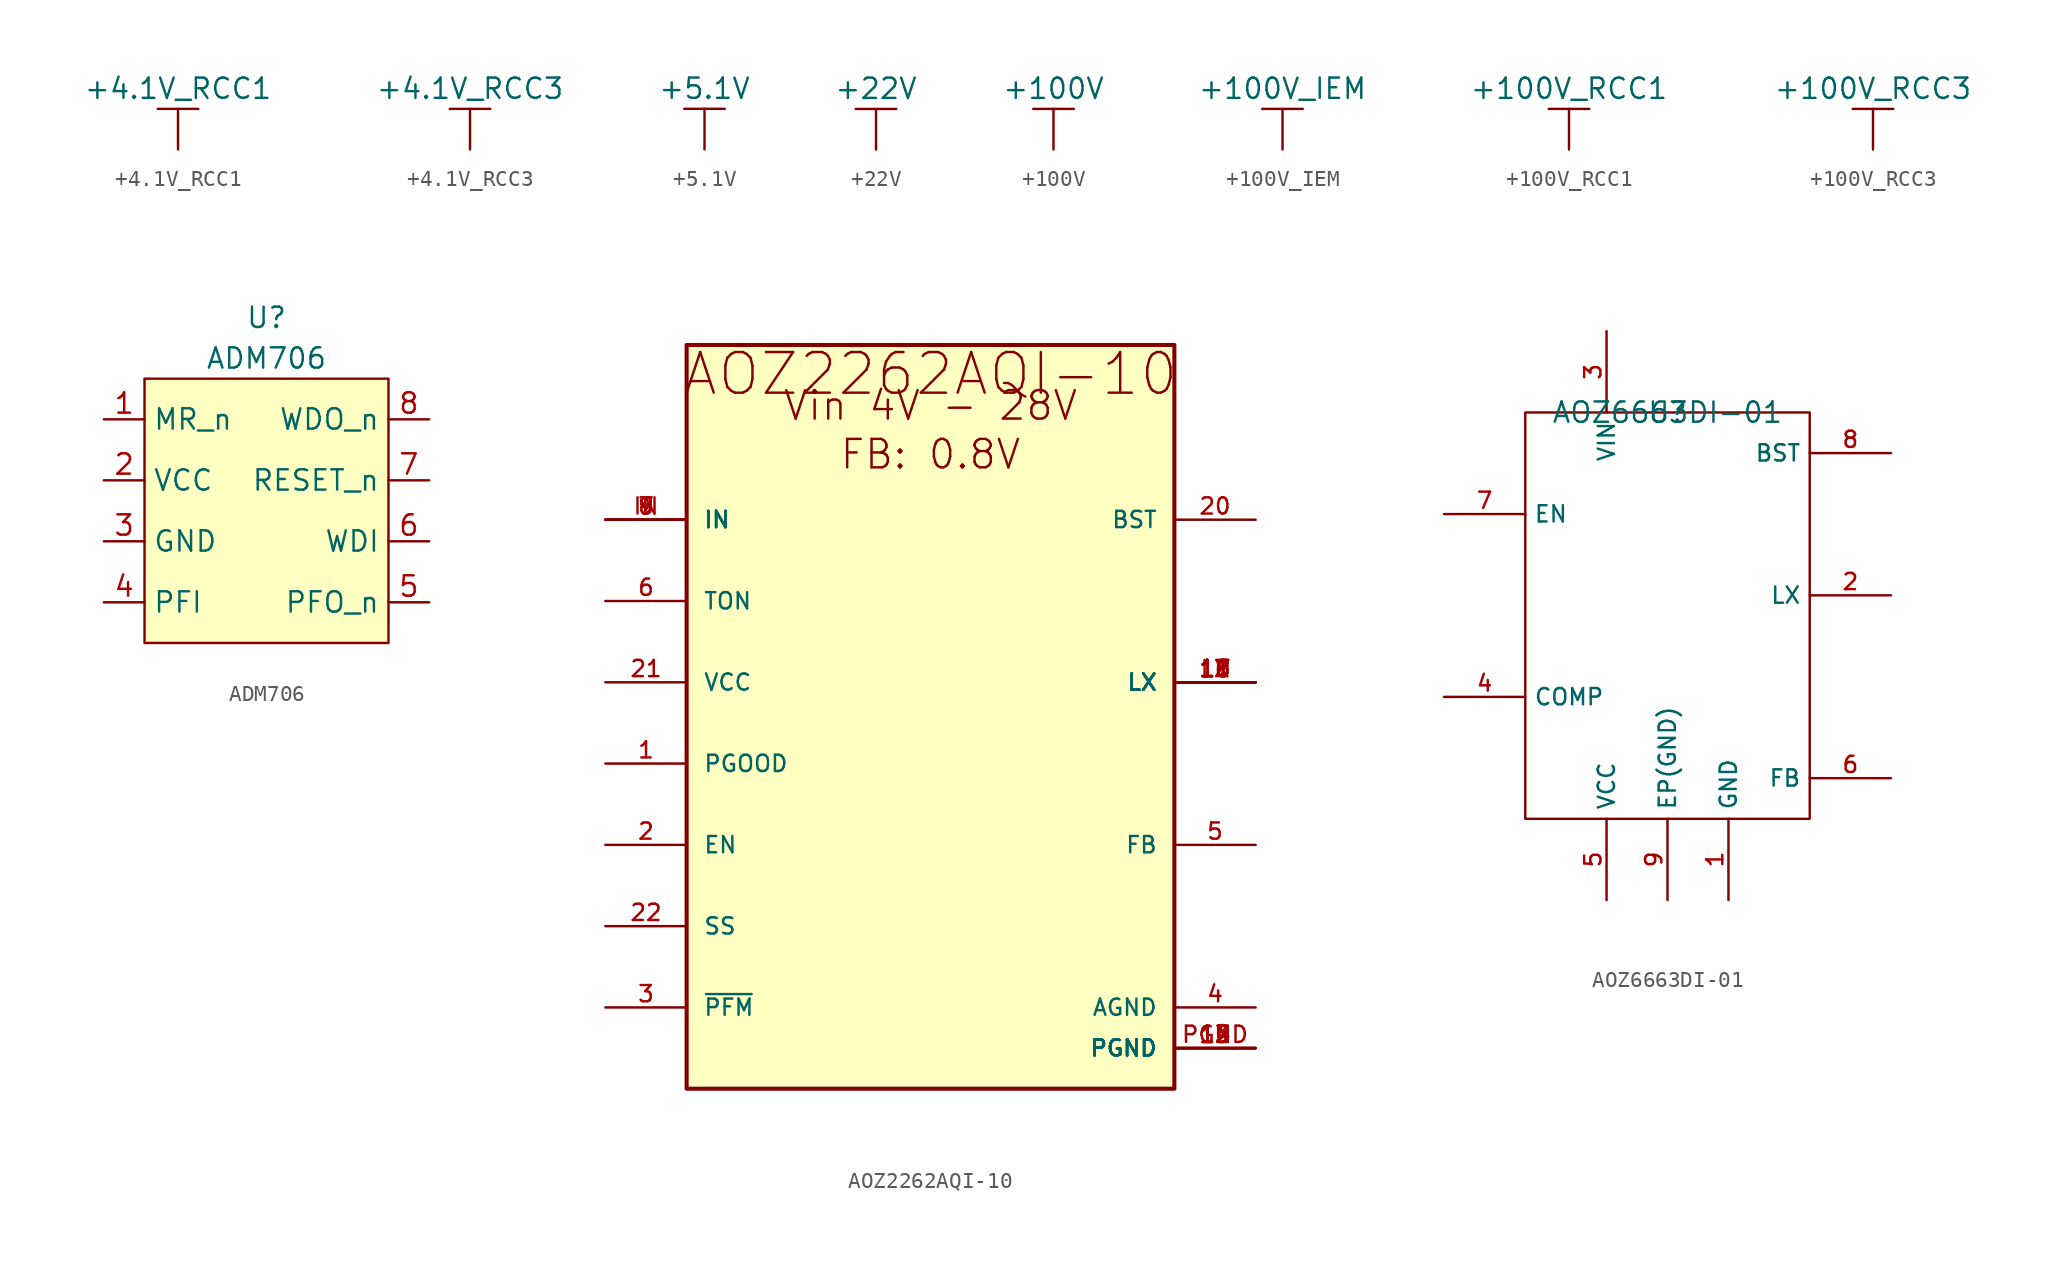
<source format=kicad_sym>
(kicad_symbol_lib
  (version 20211014)
  (generator kicad_symbol_editor)
  (symbol "+4.1V_RCC1"
    (power)
    (pin_names
      (offset 0))
    (property "Reference" "#PWR"
      (at 0 -3.81 0)
      (effects (font (size 1.27 1.27)) hide))
    (property "Value" "+4.1V_RCC1"
      (at 0 3.81 0)
      (effects (font (size 1.27 1.27))))
    (symbol "+4.1V_RCC1_0_1"
      (polyline (pts (xy -1.27 2.54) (xy 1.27 2.54)) (stroke (width 0) (type default) (color 0 0 0 0)) (fill (type none)))
      (polyline (pts (xy 0 0) (xy 0 2.54)) (stroke (width 0) (type default) (color 0 0 0 0)) (fill (type none))))
    (symbol "+4.1V_RCC1_1_1"
      (pin power_in line (at 0 0 90) (length 0) hide (name "+4.1V_RCC1" (effects (font (size 1.27 1.27)))) (number "1" (effects (font (size 1.27 1.27)))))))
  (symbol "+4.1V_RCC3"
    (power)
    (pin_names
      (offset 0))
    (property "Reference" "#PWR"
      (at 0 -3.81 0)
      (effects (font (size 1.27 1.27)) hide))
    (property "Value" "+4.1V_RCC3"
      (at 0 3.81 0)
      (effects (font (size 1.27 1.27))))
    (symbol "+4.1V_RCC3_0_1"
      (polyline (pts (xy -1.27 2.54) (xy 1.27 2.54)) (stroke (width 0) (type default) (color 0 0 0 0)) (fill (type none)))
      (polyline (pts (xy 0 0) (xy 0 2.54)) (stroke (width 0) (type default) (color 0 0 0 0)) (fill (type none))))
    (symbol "+4.1V_RCC3_1_1"
      (pin power_in line (at 0 0 90) (length 0) hide (name "+4.1V_RCC3" (effects (font (size 1.27 1.27)))) (number "1" (effects (font (size 1.27 1.27)))))))
  (symbol "+5.1V"
    (power)
    (pin_names
      (offset 0))
    (property "Reference" "#PWR"
      (at 0 -3.81 0)
      (effects (font (size 1.27 1.27)) hide))
    (property "Value" "+5.1V"
      (at 0 3.81 0)
      (effects (font (size 1.27 1.27))))
    (symbol "+5.1V_0_1"
      (polyline (pts (xy -1.27 2.54) (xy 1.27 2.54)) (stroke (width 0) (type default) (color 0 0 0 0)) (fill (type none)))
      (polyline (pts (xy 0 0) (xy 0 2.54)) (stroke (width 0) (type default) (color 0 0 0 0)) (fill (type none))))
    (symbol "+5.1V_1_1"
      (pin power_in line (at 0 0 90) (length 0) hide (name "+5.1V" (effects (font (size 1.27 1.27)))) (number "1" (effects (font (size 1.27 1.27)))))))
  (symbol "+22V"
    (power)
    (pin_names
      (offset 0))
    (property "Reference" "#PWR"
      (at 0 -3.81 0)
      (effects (font (size 1.27 1.27)) hide))
    (property "Value" "+22V"
      (at 0 3.81 0)
      (effects (font (size 1.27 1.27))))
    (symbol "+22V_0_1"
      (polyline (pts (xy -1.27 2.54) (xy 1.27 2.54)) (stroke (width 0) (type default) (color 0 0 0 0)) (fill (type none)))
      (polyline (pts (xy 0 0) (xy 0 2.54)) (stroke (width 0) (type default) (color 0 0 0 0)) (fill (type none))))
    (symbol "+22V_1_1"
      (pin power_in line (at 0 0 90) (length 0) hide (name "+22V" (effects (font (size 1.27 1.27)))) (number "1" (effects (font (size 1.27 1.27)))))))
  (symbol "+100V"
    (power)
    (pin_names
      (offset 0))
    (property "Reference" "#PWR"
      (at 0 -3.81 0)
      (effects (font (size 1.27 1.27)) hide))
    (property "Value" "+100V"
      (at 0 3.81 0)
      (effects (font (size 1.27 1.27))))
    (symbol "+100V_0_1"
      (polyline (pts (xy -1.27 2.54) (xy 1.27 2.54)) (stroke (width 0) (type default) (color 0 0 0 0)) (fill (type none)))
      (polyline (pts (xy 0 0) (xy 0 2.54)) (stroke (width 0) (type default) (color 0 0 0 0)) (fill (type none))))
    (symbol "+100V_1_1"
      (pin power_in line (at 0 0 90) (length 0) hide (name "+100V" (effects (font (size 1.27 1.27)))) (number "1" (effects (font (size 1.27 1.27)))))))
  (symbol "+100V_IEM"
    (power)
    (pin_names
      (offset 0))
    (property "Reference" "#PWR"
      (at 0 -3.81 0)
      (effects (font (size 1.27 1.27)) hide))
    (property "Value" "+100V_IEM"
      (at 0 3.81 0)
      (effects (font (size 1.27 1.27))))
    (symbol "+100V_IEM_0_1"
      (polyline (pts (xy -1.27 2.54) (xy 1.27 2.54)) (stroke (width 0) (type default) (color 0 0 0 0)) (fill (type none)))
      (polyline (pts (xy 0 0) (xy 0 2.54)) (stroke (width 0) (type default) (color 0 0 0 0)) (fill (type none))))
    (symbol "+100V_IEM_1_1"
      (pin power_in line (at 0 0 90) (length 0) hide (name "+100V" (effects (font (size 1.27 1.27)))) (number "1" (effects (font (size 1.27 1.27)))))))
  (symbol "+100V_RCC1"
    (power)
    (pin_names
      (offset 0))
    (property "Reference" "#PWR"
      (at 0 -3.81 0)
      (effects (font (size 1.27 1.27)) hide))
    (property "Value" "+100V_RCC1"
      (at 0 3.81 0)
      (effects (font (size 1.27 1.27))))
    (symbol "+100V_RCC1_0_1"
      (polyline (pts (xy -1.27 2.54) (xy 1.27 2.54)) (stroke (width 0) (type default) (color 0 0 0 0)) (fill (type none)))
      (polyline (pts (xy 0 0) (xy 0 2.54)) (stroke (width 0) (type default) (color 0 0 0 0)) (fill (type none))))
    (symbol "+100V_RCC1_1_1"
      (pin power_in line (at 0 0 90) (length 0) hide (name "+100V" (effects (font (size 1.27 1.27)))) (number "1" (effects (font (size 1.27 1.27)))))))
  (symbol "+100V_RCC3"
    (power)
    (pin_names
      (offset 0))
    (property "Reference" "#PWR"
      (at 0 -3.81 0)
      (effects (font (size 1.27 1.27)) hide))
    (property "Value" "+100V_RCC3"
      (at 0 3.81 0)
      (effects (font (size 1.27 1.27))))
    (symbol "+100V_RCC3_0_1"
      (polyline (pts (xy -1.27 2.54) (xy 1.27 2.54)) (stroke (width 0) (type default) (color 0 0 0 0)) (fill (type none)))
      (polyline (pts (xy 0 0) (xy 0 2.54)) (stroke (width 0) (type default) (color 0 0 0 0)) (fill (type none))))
    (symbol "+100V_RCC3_1_1"
      (pin power_in line (at 0 0 90) (length 0) hide (name "+100V" (effects (font (size 1.27 1.27)))) (number "1" (effects (font (size 1.27 1.27)))))))
  (symbol "ADM706"
    (property "Reference" "U"
      (at 0 2.54 0)
      (effects (font (size 1.27 1.27))))
    (property "Value" "ADM706"
      (at 0 0 0)
      (effects (font (size 1.27 1.27))))
    (symbol "ADM706_0_1"
      (rectangle (start -7.62 -1.27) (end 7.62 -17.78) (stroke (width 0.152) (type default) (color 0 0 0 0)) (fill (type background))))
    (symbol "ADM706_1_1"
      (pin input line (at -10.16 -3.81 0) (length 2.54) (name "MR_n" (effects (font (size 1.27 1.27)))) (number "1" (effects (font (size 1.27 1.27)))))
      (pin power_in line (at -10.16 -7.62 0) (length 2.54) (name "VCC" (effects (font (size 1.27 1.27)))) (number "2" (effects (font (size 1.27 1.27)))))
      (pin power_in line (at -10.16 -11.43 0) (length 2.54) (name "GND" (effects (font (size 1.27 1.27)))) (number "3" (effects (font (size 1.27 1.27)))))
      (pin input line (at -10.16 -15.24 0) (length 2.54) (name "PFI" (effects (font (size 1.27 1.27)))) (number "4" (effects (font (size 1.27 1.27)))))
      (pin output line (at 10.16 -15.24 180) (length 2.54) (name "PFO_n" (effects (font (size 1.27 1.27)))) (number "5" (effects (font (size 1.27 1.27)))))
      (pin input line (at 10.16 -11.43 180) (length 2.54) (name "WDI" (effects (font (size 1.27 1.27)))) (number "6" (effects (font (size 1.27 1.27)))))
      (pin output line (at 10.16 -7.62 180) (length 2.54) (name "RESET_n" (effects (font (size 1.27 1.27)))) (number "7" (effects (font (size 1.27 1.27)))))
      (pin output line (at 10.16 -3.81 180) (length 2.54) (name "WDO_n" (effects (font (size 1.27 1.27)))) (number "8" (effects (font (size 1.27 1.27)))))))
  (symbol "AOZ2262AQI-10"
    (pin_names
      (offset 1.016))
    (property "Reference" "U"
      (at 0 0 0)
      (effects (font (size 1.27 1.27)) (justify left bottom) hide))
    (property "ki_locked" ""
      (at 0 0 0)
      (effects (font (size 1.27 1.27))))
    (symbol "AOZ2262AQI-10_0_0"
      (rectangle (start -15.24 -20.32) (end 15.24 26.162) (stroke (width 0.254) (type default) (color 0 0 0 0)) (fill (type background)))
      (text "AOZ2262AQI-10" (at 0 22.86 0) (effects (font (size 2.54 2.54)) (justify bottom)))
      (text "FB: 0.8V" (at 0 18.288 0) (effects (font (size 1.778 1.778)) (justify bottom)))
      (text "Vin 4V - 28V" (at 0 21.336 0) (effects (font (size 1.778 1.778)) (justify bottom)))
      (pin bidirectional line (at -20.32 0 0) (length 5.08) (name "PGOOD" (effects (font (size 1.016 1.016)))) (number "1" (effects (font (size 1.016 1.016)))))
      (pin bidirectional line (at 20.32 5.08 180) (length 5.08) (name "LX" (effects (font (size 1.016 1.016)))) (number "10" (effects (font (size 1.016 1.016)))))
      (pin bidirectional line (at 20.32 5.08 180) (length 5.08) (name "LX" (effects (font (size 1.016 1.016)))) (number "11" (effects (font (size 1.016 1.016)))))
      (pin bidirectional line (at 20.32 -17.78 180) (length 5.08) (name "PGND" (effects (font (size 1.016 1.016)))) (number "12" (effects (font (size 1.016 1.016)))))
      (pin bidirectional line (at 20.32 -17.78 180) (length 5.08) (name "PGND" (effects (font (size 1.016 1.016)))) (number "13" (effects (font (size 1.016 1.016)))))
      (pin bidirectional line (at 20.32 -17.78 180) (length 5.08) (name "PGND" (effects (font (size 1.016 1.016)))) (number "14" (effects (font (size 1.016 1.016)))))
      (pin bidirectional line (at 20.32 -17.78 180) (length 5.08) (name "PGND" (effects (font (size 1.016 1.016)))) (number "15" (effects (font (size 1.016 1.016)))))
      (pin bidirectional line (at 20.32 5.08 180) (length 5.08) (name "LX" (effects (font (size 1.016 1.016)))) (number "16" (effects (font (size 1.016 1.016)))))
      (pin bidirectional line (at 20.32 5.08 180) (length 5.08) (name "LX" (effects (font (size 1.016 1.016)))) (number "17" (effects (font (size 1.016 1.016)))))
      (pin bidirectional line (at 20.32 5.08 180) (length 5.08) (name "LX" (effects (font (size 1.016 1.016)))) (number "18" (effects (font (size 1.016 1.016)))))
      (pin bidirectional line (at 20.32 -17.78 180) (length 5.08) (name "PGND" (effects (font (size 1.016 1.016)))) (number "19" (effects (font (size 1.016 1.016)))))
      (pin bidirectional line (at -20.32 -5.08 0) (length 5.08) (name "EN" (effects (font (size 1.016 1.016)))) (number "2" (effects (font (size 1.016 1.016)))))
      (pin bidirectional line (at 20.32 15.24 180) (length 5.08) (name "BST" (effects (font (size 1.016 1.016)))) (number "20" (effects (font (size 1.016 1.016)))))
      (pin bidirectional line (at -20.32 5.08 0) (length 5.08) (name "VCC" (effects (font (size 1.016 1.016)))) (number "21" (effects (font (size 1.016 1.016)))))
      (pin bidirectional line (at -20.32 -10.16 0) (length 5.08) (name "SS" (effects (font (size 1.016 1.016)))) (number "22" (effects (font (size 1.016 1.016)))))
      (pin bidirectional line (at -20.32 -15.24 0) (length 5.08) (name "~{PFM}" (effects (font (size 1.016 1.016)))) (number "3" (effects (font (size 1.016 1.016)))))
      (pin bidirectional line (at 20.32 -15.24 180) (length 5.08) (name "AGND" (effects (font (size 1.016 1.016)))) (number "4" (effects (font (size 1.016 1.016)))))
      (pin bidirectional line (at 20.32 -5.08 180) (length 5.08) (name "FB" (effects (font (size 1.016 1.016)))) (number "5" (effects (font (size 1.016 1.016)))))
      (pin bidirectional line (at -20.32 10.16 0) (length 5.08) (name "TON" (effects (font (size 1.016 1.016)))) (number "6" (effects (font (size 1.016 1.016)))))
      (pin bidirectional line (at -20.32 15.24 0) (length 5.08) (name "IN" (effects (font (size 1.016 1.016)))) (number "7" (effects (font (size 1.016 1.016)))))
      (pin bidirectional line (at -20.32 15.24 0) (length 5.08) (name "IN" (effects (font (size 1.016 1.016)))) (number "8" (effects (font (size 1.016 1.016)))))
      (pin bidirectional line (at -20.32 15.24 0) (length 5.08) (name "IN" (effects (font (size 1.016 1.016)))) (number "9" (effects (font (size 1.016 1.016)))))
      (pin bidirectional line (at -20.32 15.24 0) (length 5.08) (name "IN" (effects (font (size 1.016 1.016)))) (number "IN" (effects (font (size 1.016 1.016)))))
      (pin bidirectional line (at 20.32 5.08 180) (length 5.08) (name "LX" (effects (font (size 1.016 1.016)))) (number "LX" (effects (font (size 1.016 1.016)))))
      (pin bidirectional line (at 20.32 -17.78 180) (length 5.08) (name "PGND" (effects (font (size 1.016 1.016)))) (number "PGND" (effects (font (size 1.016 1.016)))))))
  (symbol "AOZ6663DI-01"
    (property "Reference" "U"
      (at 0 0 0)
      (effects (font (size 1.27 1.27))))
    (property "Value" "AOZ6663DI-01"
      (at 0 0 0)
      (effects (font (size 1.27 1.27))))
    (symbol "AOZ6663DI-01_0_0"
      (pin power_in line (at 3.81 -30.48 90) (length 5.08) (name "GND" (effects (font (size 1.016 1.016)))) (number "1" (effects (font (size 1.016 1.016)))))
      (pin power_out line (at 13.97 -11.43 180) (length 5.08) (name "LX" (effects (font (size 1.016 1.016)))) (number "2" (effects (font (size 1.016 1.016)))))
      (pin power_in line (at -3.81 5.08 270) (length 5.08) (name "VIN" (effects (font (size 1.016 1.016)))) (number "3" (effects (font (size 1.016 1.016)))))
      (pin input line (at -13.97 -17.78 0) (length 5.08) (name "COMP" (effects (font (size 1.016 1.016)))) (number "4" (effects (font (size 1.016 1.016)))))
      (pin input line (at -3.81 -30.48 90) (length 5.08) (name "VCC" (effects (font (size 1.016 1.016)))) (number "5" (effects (font (size 1.016 1.016)))))
      (pin input line (at 13.97 -22.86 180) (length 5.08) (name "FB" (effects (font (size 1.016 1.016)))) (number "6" (effects (font (size 1.016 1.016)))))
      (pin input line (at -13.97 -6.35 0) (length 5.08) (name "EN" (effects (font (size 1.016 1.016)))) (number "7" (effects (font (size 1.016 1.016)))))
      (pin input line (at 13.97 -2.54 180) (length 5.08) (name "BST" (effects (font (size 1.016 1.016)))) (number "8" (effects (font (size 1.016 1.016)))))
      (pin power_in line (at 0 -30.48 90) (length 5.08) (name "EP(GND)" (effects (font (size 1.016 1.016)))) (number "9" (effects (font (size 1.016 1.016))))))
    (symbol "AOZ6663DI-01_0_1"
      (rectangle (start -8.89 0) (end 8.89 -25.4) (stroke (width 0.152) (type default) (color 0 0 0 0)) (fill (type none))))))
</source>
